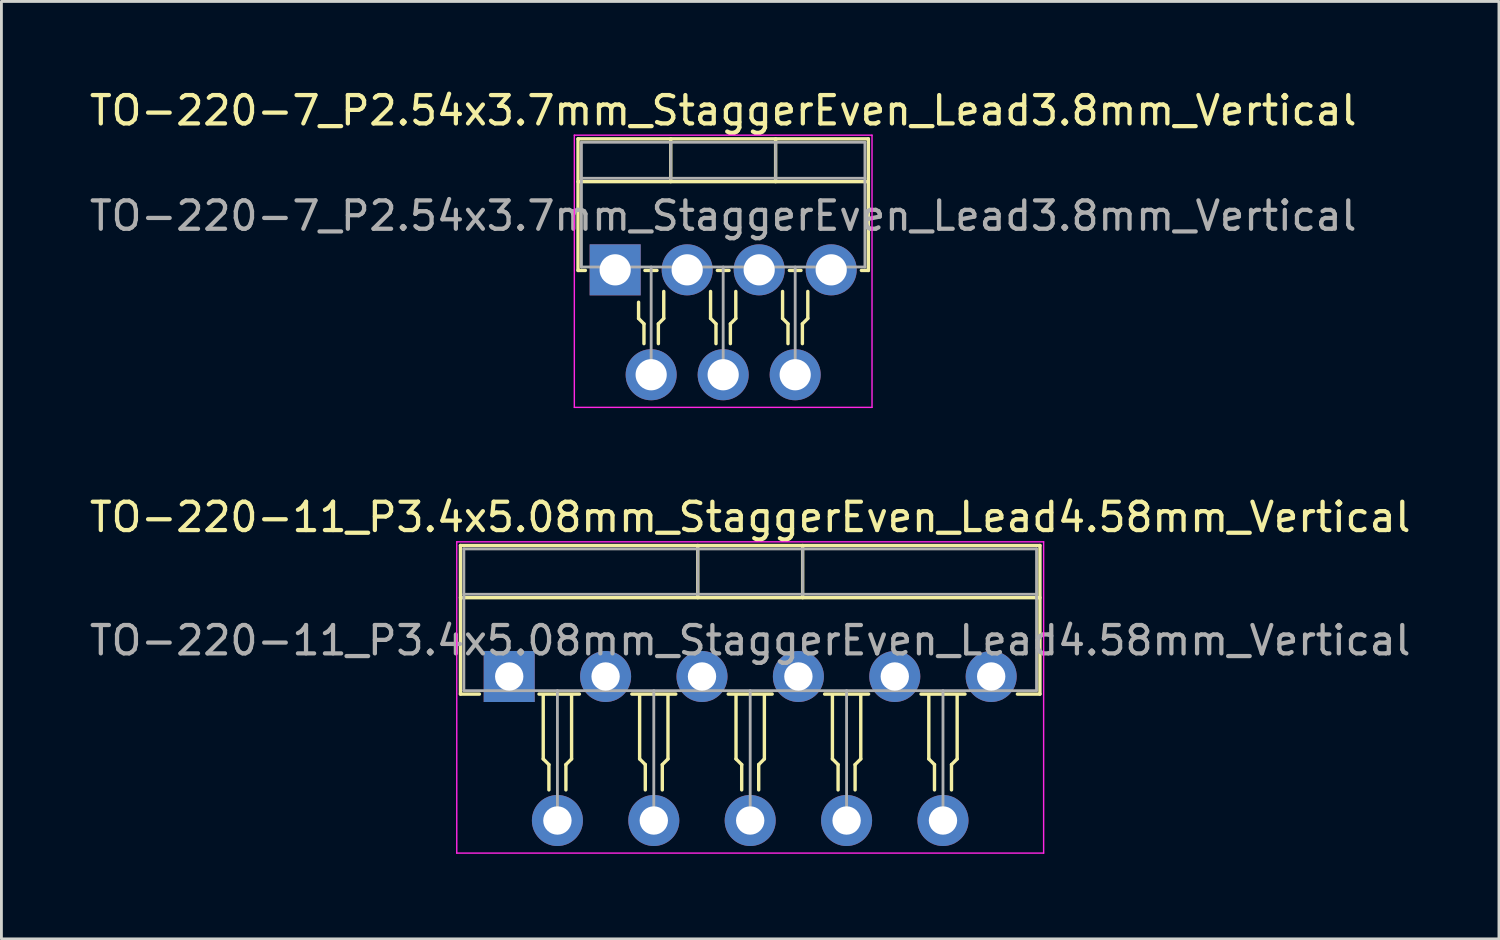
<source format=kicad_pcb>
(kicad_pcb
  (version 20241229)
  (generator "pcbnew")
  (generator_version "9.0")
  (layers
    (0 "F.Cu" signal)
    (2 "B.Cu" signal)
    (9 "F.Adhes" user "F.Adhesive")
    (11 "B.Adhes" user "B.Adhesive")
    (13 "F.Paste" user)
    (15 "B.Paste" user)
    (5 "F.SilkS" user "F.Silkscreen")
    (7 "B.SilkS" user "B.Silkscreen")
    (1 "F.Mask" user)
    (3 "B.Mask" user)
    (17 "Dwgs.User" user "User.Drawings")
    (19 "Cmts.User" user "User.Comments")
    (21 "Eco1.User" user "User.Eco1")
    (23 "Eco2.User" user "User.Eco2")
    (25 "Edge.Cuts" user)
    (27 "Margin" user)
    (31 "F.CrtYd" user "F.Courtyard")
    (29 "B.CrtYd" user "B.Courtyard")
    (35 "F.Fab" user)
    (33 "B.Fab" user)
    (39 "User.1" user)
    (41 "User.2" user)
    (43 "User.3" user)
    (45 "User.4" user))
  (footprint "TO-220-7_P2.54x3.7mm_StaggerEven_Lead3.8mm_Vertical"
    (layer "F.Cu")
    (at 18.648 6.468)
    (property "Reference" "TO-220-7_P2.54x3.7mm_StaggerEven_Lead3.8mm_Vertical" (at 3.81 -5.62 0) (layer "F.SilkS") (effects (font (size 1 1) (thickness 0.15))))
    (attr through_hole)
    (fp_line (start -1.31 -4.62) (end -1.31 0.021) (stroke (width 0.12) (type solid)) (layer "F.SilkS"))
    (fp_line (start -1.31 -4.62) (end 8.93 -4.62) (stroke (width 0.12) (type solid)) (layer "F.SilkS"))
    (fp_line (start -1.31 -3.111) (end 8.93 -3.111) (stroke (width 0.12) (type solid)) (layer "F.SilkS"))
    (fp_line (start -1.31 0.021) (end -1.05 0.021) (stroke (width 0.12) (type solid)) (layer "F.SilkS"))
    (fp_line (start 0.826 1.143) (end 0.826 1.714) (stroke (width 0.12) (type solid)) (layer "F.SilkS"))
    (fp_line (start 0.826 1.714) (end 1.016 1.905) (stroke (width 0.12) (type solid)) (layer "F.SilkS"))
    (fp_line (start 1.016 1.905) (end 1.016 2.603) (stroke (width 0.12) (type solid)) (layer "F.SilkS"))
    (fp_line (start 1.05 0.021) (end 1.475 0.021) (stroke (width 0.12) (type solid)) (layer "F.SilkS"))
    (fp_line (start 1.524 1.905) (end 1.714 1.714) (stroke (width 0.12) (type solid)) (layer "F.SilkS"))
    (fp_line (start 1.524 2.603) (end 1.524 1.905) (stroke (width 0.12) (type solid)) (layer "F.SilkS"))
    (fp_line (start 1.714 1.714) (end 1.714 0.762) (stroke (width 0.12) (type solid)) (layer "F.SilkS"))
    (fp_line (start 1.96 -4.62) (end 1.96 -3.111) (stroke (width 0.12) (type solid)) (layer "F.SilkS"))
    (fp_line (start 3.365 0.762) (end 3.365 1.714) (stroke (width 0.12) (type solid)) (layer "F.SilkS"))
    (fp_line (start 3.365 1.714) (end 3.556 1.905) (stroke (width 0.12) (type solid)) (layer "F.SilkS"))
    (fp_line (start 3.556 1.905) (end 3.556 2.603) (stroke (width 0.12) (type solid)) (layer "F.SilkS"))
    (fp_line (start 3.605 0.021) (end 4.016 0.021) (stroke (width 0.12) (type solid)) (layer "F.SilkS"))
    (fp_line (start 4.064 1.905) (end 4.255 1.714) (stroke (width 0.12) (type solid)) (layer "F.SilkS"))
    (fp_line (start 4.064 2.603) (end 4.064 1.905) (stroke (width 0.12) (type solid)) (layer "F.SilkS"))
    (fp_line (start 4.255 1.714) (end 4.255 0.762) (stroke (width 0.12) (type solid)) (layer "F.SilkS"))
    (fp_line (start 5.66 -4.62) (end 5.66 -3.111) (stroke (width 0.12) (type solid)) (layer "F.SilkS"))
    (fp_line (start 5.905 0.762) (end 5.905 1.714) (stroke (width 0.12) (type solid)) (layer "F.SilkS"))
    (fp_line (start 5.905 1.714) (end 6.096 1.905) (stroke (width 0.12) (type solid)) (layer "F.SilkS"))
    (fp_line (start 6.096 1.905) (end 6.096 2.603) (stroke (width 0.12) (type solid)) (layer "F.SilkS"))
    (fp_line (start 6.145 0.021) (end 6.555 0.021) (stroke (width 0.12) (type solid)) (layer "F.SilkS"))
    (fp_line (start 6.604 1.905) (end 6.795 1.714) (stroke (width 0.12) (type solid)) (layer "F.SilkS"))
    (fp_line (start 6.604 2.603) (end 6.604 1.905) (stroke (width 0.12) (type solid)) (layer "F.SilkS"))
    (fp_line (start 6.795 1.714) (end 6.795 0.762) (stroke (width 0.12) (type solid)) (layer "F.SilkS"))
    (fp_line (start 8.685 0.021) (end 8.93 0.021) (stroke (width 0.12) (type solid)) (layer "F.SilkS"))
    (fp_line (start 8.93 -4.62) (end 8.93 0.021) (stroke (width 0.12) (type solid)) (layer "F.SilkS"))
    (fp_line (start -1.44 -4.75) (end -1.44 4.85) (stroke (width 0.05) (type solid)) (layer "F.CrtYd"))
    (fp_line (start -1.44 4.85) (end 9.06 4.85) (stroke (width 0.05) (type solid)) (layer "F.CrtYd"))
    (fp_line (start 9.06 -4.75) (end -1.44 -4.75) (stroke (width 0.05) (type solid)) (layer "F.CrtYd"))
    (fp_line (start 9.06 4.85) (end 9.06 -4.75) (stroke (width 0.05) (type solid)) (layer "F.CrtYd"))
    (fp_line (start -1.19 -4.5) (end -1.19 -0.1) (stroke (width 0.1) (type solid)) (layer "F.Fab"))
    (fp_line (start -1.19 -3.23) (end 8.81 -3.23) (stroke (width 0.1) (type solid)) (layer "F.Fab"))
    (fp_line (start -1.19 -0.1) (end 8.81 -0.1) (stroke (width 0.1) (type solid)) (layer "F.Fab"))
    (fp_line (start 0 -0.1) (end 0 0) (stroke (width 0.1) (type solid)) (layer "F.Fab"))
    (fp_line (start 1.27 -0.1) (end 1.27 3.7) (stroke (width 0.1) (type solid)) (layer "F.Fab"))
    (fp_line (start 1.96 -4.5) (end 1.96 -3.23) (stroke (width 0.1) (type solid)) (layer "F.Fab"))
    (fp_line (start 2.54 -0.1) (end 2.54 0) (stroke (width 0.1) (type solid)) (layer "F.Fab"))
    (fp_line (start 3.81 -0.1) (end 3.81 3.7) (stroke (width 0.1) (type solid)) (layer "F.Fab"))
    (fp_line (start 5.08 -0.1) (end 5.08 0) (stroke (width 0.1) (type solid)) (layer "F.Fab"))
    (fp_line (start 5.66 -4.5) (end 5.66 -3.23) (stroke (width 0.1) (type solid)) (layer "F.Fab"))
    (fp_line (start 6.35 -0.1) (end 6.35 3.7) (stroke (width 0.1) (type solid)) (layer "F.Fab"))
    (fp_line (start 7.62 -0.1) (end 7.62 0) (stroke (width 0.1) (type solid)) (layer "F.Fab"))
    (fp_line (start 8.81 -4.5) (end -1.19 -4.5) (stroke (width 0.1) (type solid)) (layer "F.Fab"))
    (fp_line (start 8.81 -0.1) (end 8.81 -4.5) (stroke (width 0.1) (type solid)) (layer "F.Fab"))
    (fp_text user "${REFERENCE}" (at 3.81 -1.905 0) (layer "F.Fab") (effects (font (size 1 1) (thickness 0.15))))
    (pad "1" thru_hole rect (at 0 0) (size 1.8 1.8) (drill 1.1) (layers "*.Cu" "*.Mask"))
    (pad "2" thru_hole oval (at 1.27 3.7) (size 1.8 1.8) (drill 1.1) (layers "*.Cu" "*.Mask"))
    (pad "3" thru_hole oval (at 2.54 0) (size 1.8 1.8) (drill 1.1) (layers "*.Cu" "*.Mask"))
    (pad "4" thru_hole oval (at 3.81 3.7) (size 1.8 1.8) (drill 1.1) (layers "*.Cu" "*.Mask"))
    (pad "5" thru_hole oval (at 5.08 0) (size 1.8 1.8) (drill 1.1) (layers "*.Cu" "*.Mask"))
    (pad "6" thru_hole oval (at 6.35 3.7) (size 1.8 1.8) (drill 1.1) (layers "*.Cu" "*.Mask"))
    (pad "7" thru_hole oval (at 7.62 0) (size 1.8 1.8) (drill 1.1) (layers "*.Cu" "*.Mask")))
  (footprint "TO-220-11_P3.4x5.08mm_StaggerEven_Lead4.58mm_Vertical"
    (layer "F.Cu")
    (at 14.911 20.811)
    (property "Reference" "TO-220-11_P3.4x5.08mm_StaggerEven_Lead4.58mm_Vertical" (at 8.5 -5.62 0) (layer "F.SilkS") (effects (font (size 1 1) (thickness 0.15))))
    (attr through_hole)
    (fp_line (start -1.72 -4.62) (end -1.72 0.621) (stroke (width 0.12) (type solid)) (layer "F.SilkS"))
    (fp_line (start -1.72 -4.62) (end 18.72 -4.62) (stroke (width 0.12) (type solid)) (layer "F.SilkS"))
    (fp_line (start -1.72 -2.78) (end 18.72 -2.78) (stroke (width 0.12) (type solid)) (layer "F.SilkS"))
    (fp_line (start -1.72 0.621) (end -1.05 0.621) (stroke (width 0.12) (type solid)) (layer "F.SilkS"))
    (fp_line (start 1.05 0.621) (end 2.476 0.621) (stroke (width 0.12) (type solid)) (layer "F.SilkS"))
    (fp_line (start 1.2 0.658) (end 1.2 2.908) (stroke (width 0.12) (type solid)) (layer "F.SilkS"))
    (fp_line (start 1.2 2.908) (end 1.4 3.108) (stroke (width 0.12) (type solid)) (layer "F.SilkS"))
    (fp_line (start 1.4 4) (end 1.4 3.108) (stroke (width 0.12) (type solid)) (layer "F.SilkS"))
    (fp_line (start 2 4) (end 2 3.108) (stroke (width 0.12) (type solid)) (layer "F.SilkS"))
    (fp_line (start 2.2 0.658) (end 2.2 2.908) (stroke (width 0.12) (type solid)) (layer "F.SilkS"))
    (fp_line (start 2.2 2.908) (end 2 3.108) (stroke (width 0.12) (type solid)) (layer "F.SilkS"))
    (fp_line (start 4.325 0.621) (end 5.876 0.621) (stroke (width 0.12) (type solid)) (layer "F.SilkS"))
    (fp_line (start 4.6 0.658) (end 4.6 2.908) (stroke (width 0.12) (type solid)) (layer "F.SilkS"))
    (fp_line (start 4.6 2.908) (end 4.8 3.108) (stroke (width 0.12) (type solid)) (layer "F.SilkS"))
    (fp_line (start 4.8 4) (end 4.8 3.108) (stroke (width 0.12) (type solid)) (layer "F.SilkS"))
    (fp_line (start 5.4 4) (end 5.4 3.108) (stroke (width 0.12) (type solid)) (layer "F.SilkS"))
    (fp_line (start 5.6 0.658) (end 5.6 2.908) (stroke (width 0.12) (type solid)) (layer "F.SilkS"))
    (fp_line (start 5.6 2.908) (end 5.4 3.108) (stroke (width 0.12) (type solid)) (layer "F.SilkS"))
    (fp_line (start 6.65 -4.62) (end 6.65 -2.78) (stroke (width 0.12) (type solid)) (layer "F.SilkS"))
    (fp_line (start 7.725 0.621) (end 9.276 0.621) (stroke (width 0.12) (type solid)) (layer "F.SilkS"))
    (fp_line (start 8 0.658) (end 8 2.908) (stroke (width 0.12) (type solid)) (layer "F.SilkS"))
    (fp_line (start 8 2.908) (end 8.2 3.108) (stroke (width 0.12) (type solid)) (layer "F.SilkS"))
    (fp_line (start 8.2 4) (end 8.2 3.108) (stroke (width 0.12) (type solid)) (layer "F.SilkS"))
    (fp_line (start 8.8 4) (end 8.8 3.108) (stroke (width 0.12) (type solid)) (layer "F.SilkS"))
    (fp_line (start 9 0.658) (end 9 2.908) (stroke (width 0.12) (type solid)) (layer "F.SilkS"))
    (fp_line (start 9 2.908) (end 8.8 3.108) (stroke (width 0.12) (type solid)) (layer "F.SilkS"))
    (fp_line (start 10.35 -4.62) (end 10.35 -2.78) (stroke (width 0.12) (type solid)) (layer "F.SilkS"))
    (fp_line (start 11.125 0.621) (end 12.676 0.621) (stroke (width 0.12) (type solid)) (layer "F.SilkS"))
    (fp_line (start 11.4 0.658) (end 11.4 2.908) (stroke (width 0.12) (type solid)) (layer "F.SilkS"))
    (fp_line (start 11.4 2.908) (end 11.6 3.108) (stroke (width 0.12) (type solid)) (layer "F.SilkS"))
    (fp_line (start 11.6 4) (end 11.6 3.108) (stroke (width 0.12) (type solid)) (layer "F.SilkS"))
    (fp_line (start 12.2 4) (end 12.2 3.108) (stroke (width 0.12) (type solid)) (layer "F.SilkS"))
    (fp_line (start 12.4 0.658) (end 12.4 2.908) (stroke (width 0.12) (type solid)) (layer "F.SilkS"))
    (fp_line (start 12.4 2.908) (end 12.2 3.108) (stroke (width 0.12) (type solid)) (layer "F.SilkS"))
    (fp_line (start 14.525 0.621) (end 16.076 0.621) (stroke (width 0.12) (type solid)) (layer "F.SilkS"))
    (fp_line (start 14.8 0.658) (end 14.8 2.908) (stroke (width 0.12) (type solid)) (layer "F.SilkS"))
    (fp_line (start 14.8 2.908) (end 15 3.108) (stroke (width 0.12) (type solid)) (layer "F.SilkS"))
    (fp_line (start 15 4) (end 15 3.108) (stroke (width 0.12) (type solid)) (layer "F.SilkS"))
    (fp_line (start 15.6 4) (end 15.6 3.108) (stroke (width 0.12) (type solid)) (layer "F.SilkS"))
    (fp_line (start 15.8 0.658) (end 15.8 2.908) (stroke (width 0.12) (type solid)) (layer "F.SilkS"))
    (fp_line (start 15.8 2.908) (end 15.6 3.108) (stroke (width 0.12) (type solid)) (layer "F.SilkS"))
    (fp_line (start 17.925 0.621) (end 18.72 0.621) (stroke (width 0.12) (type solid)) (layer "F.SilkS"))
    (fp_line (start 18.72 -4.62) (end 18.72 0.621) (stroke (width 0.12) (type solid)) (layer "F.SilkS"))
    (fp_line (start -1.85 -4.75) (end -1.85 6.23) (stroke (width 0.05) (type solid)) (layer "F.CrtYd"))
    (fp_line (start -1.85 6.23) (end 18.85 6.23) (stroke (width 0.05) (type solid)) (layer "F.CrtYd"))
    (fp_line (start 18.85 -4.75) (end -1.85 -4.75) (stroke (width 0.05) (type solid)) (layer "F.CrtYd"))
    (fp_line (start 18.85 6.23) (end 18.85 -4.75) (stroke (width 0.05) (type solid)) (layer "F.CrtYd"))
    (fp_line (start -1.6 -4.5) (end -1.6 0.5) (stroke (width 0.1) (type solid)) (layer "F.Fab"))
    (fp_line (start -1.6 -2.9) (end 18.6 -2.9) (stroke (width 0.1) (type solid)) (layer "F.Fab"))
    (fp_line (start -1.6 0.5) (end 18.6 0.5) (stroke (width 0.1) (type solid)) (layer "F.Fab"))
    (fp_line (start 1.7 0.5) (end 1.7 5.08) (stroke (width 0.1) (type solid)) (layer "F.Fab"))
    (fp_line (start 5.1 0.5) (end 5.1 5.08) (stroke (width 0.1) (type solid)) (layer "F.Fab"))
    (fp_line (start 6.65 -4.5) (end 6.65 -2.9) (stroke (width 0.1) (type solid)) (layer "F.Fab"))
    (fp_line (start 8.5 0.5) (end 8.5 5.08) (stroke (width 0.1) (type solid)) (layer "F.Fab"))
    (fp_line (start 10.35 -4.5) (end 10.35 -2.9) (stroke (width 0.1) (type solid)) (layer "F.Fab"))
    (fp_line (start 11.9 0.5) (end 11.9 5.08) (stroke (width 0.1) (type solid)) (layer "F.Fab"))
    (fp_line (start 15.3 0.5) (end 15.3 5.08) (stroke (width 0.1) (type solid)) (layer "F.Fab"))
    (fp_line (start 18.6 -4.5) (end -1.6 -4.5) (stroke (width 0.1) (type solid)) (layer "F.Fab"))
    (fp_line (start 18.6 0.5) (end 18.6 -4.5) (stroke (width 0.1) (type solid)) (layer "F.Fab"))
    (fp_text user "${REFERENCE}" (at 8.5 -1.27 0) (layer "F.Fab") (effects (font (size 1 1) (thickness 0.15))))
    (pad "1" thru_hole rect (at 0 0) (size 1.8 1.8) (drill 1) (layers "*.Cu" "*.Mask"))
    (pad "2" thru_hole oval (at 1.7 5.08) (size 1.8 1.8) (drill 1) (layers "*.Cu" "*.Mask"))
    (pad "3" thru_hole oval (at 3.4 0) (size 1.8 1.8) (drill 1) (layers "*.Cu" "*.Mask"))
    (pad "4" thru_hole oval (at 5.1 5.08) (size 1.8 1.8) (drill 1) (layers "*.Cu" "*.Mask"))
    (pad "5" thru_hole oval (at 6.8 0) (size 1.8 1.8) (drill 1) (layers "*.Cu" "*.Mask"))
    (pad "6" thru_hole oval (at 8.5 5.08) (size 1.8 1.8) (drill 1) (layers "*.Cu" "*.Mask"))
    (pad "7" thru_hole oval (at 10.2 0) (size 1.8 1.8) (drill 1) (layers "*.Cu" "*.Mask"))
    (pad "8" thru_hole oval (at 11.9 5.08) (size 1.8 1.8) (drill 1) (layers "*.Cu" "*.Mask"))
    (pad "9" thru_hole oval (at 13.6 0) (size 1.8 1.8) (drill 1) (layers "*.Cu" "*.Mask"))
    (pad "10" thru_hole oval (at 15.3 5.08) (size 1.8 1.8) (drill 1) (layers "*.Cu" "*.Mask"))
    (pad "11" thru_hole oval (at 17 0) (size 1.8 1.8) (drill 1) (layers "*.Cu" "*.Mask")))
  (gr_rect
    (start -3 -3)
    (end 49.821 30.067)
    (stroke (width 0.1) (type default))
    (fill no)
    (layer "Edge.Cuts")))
</source>
